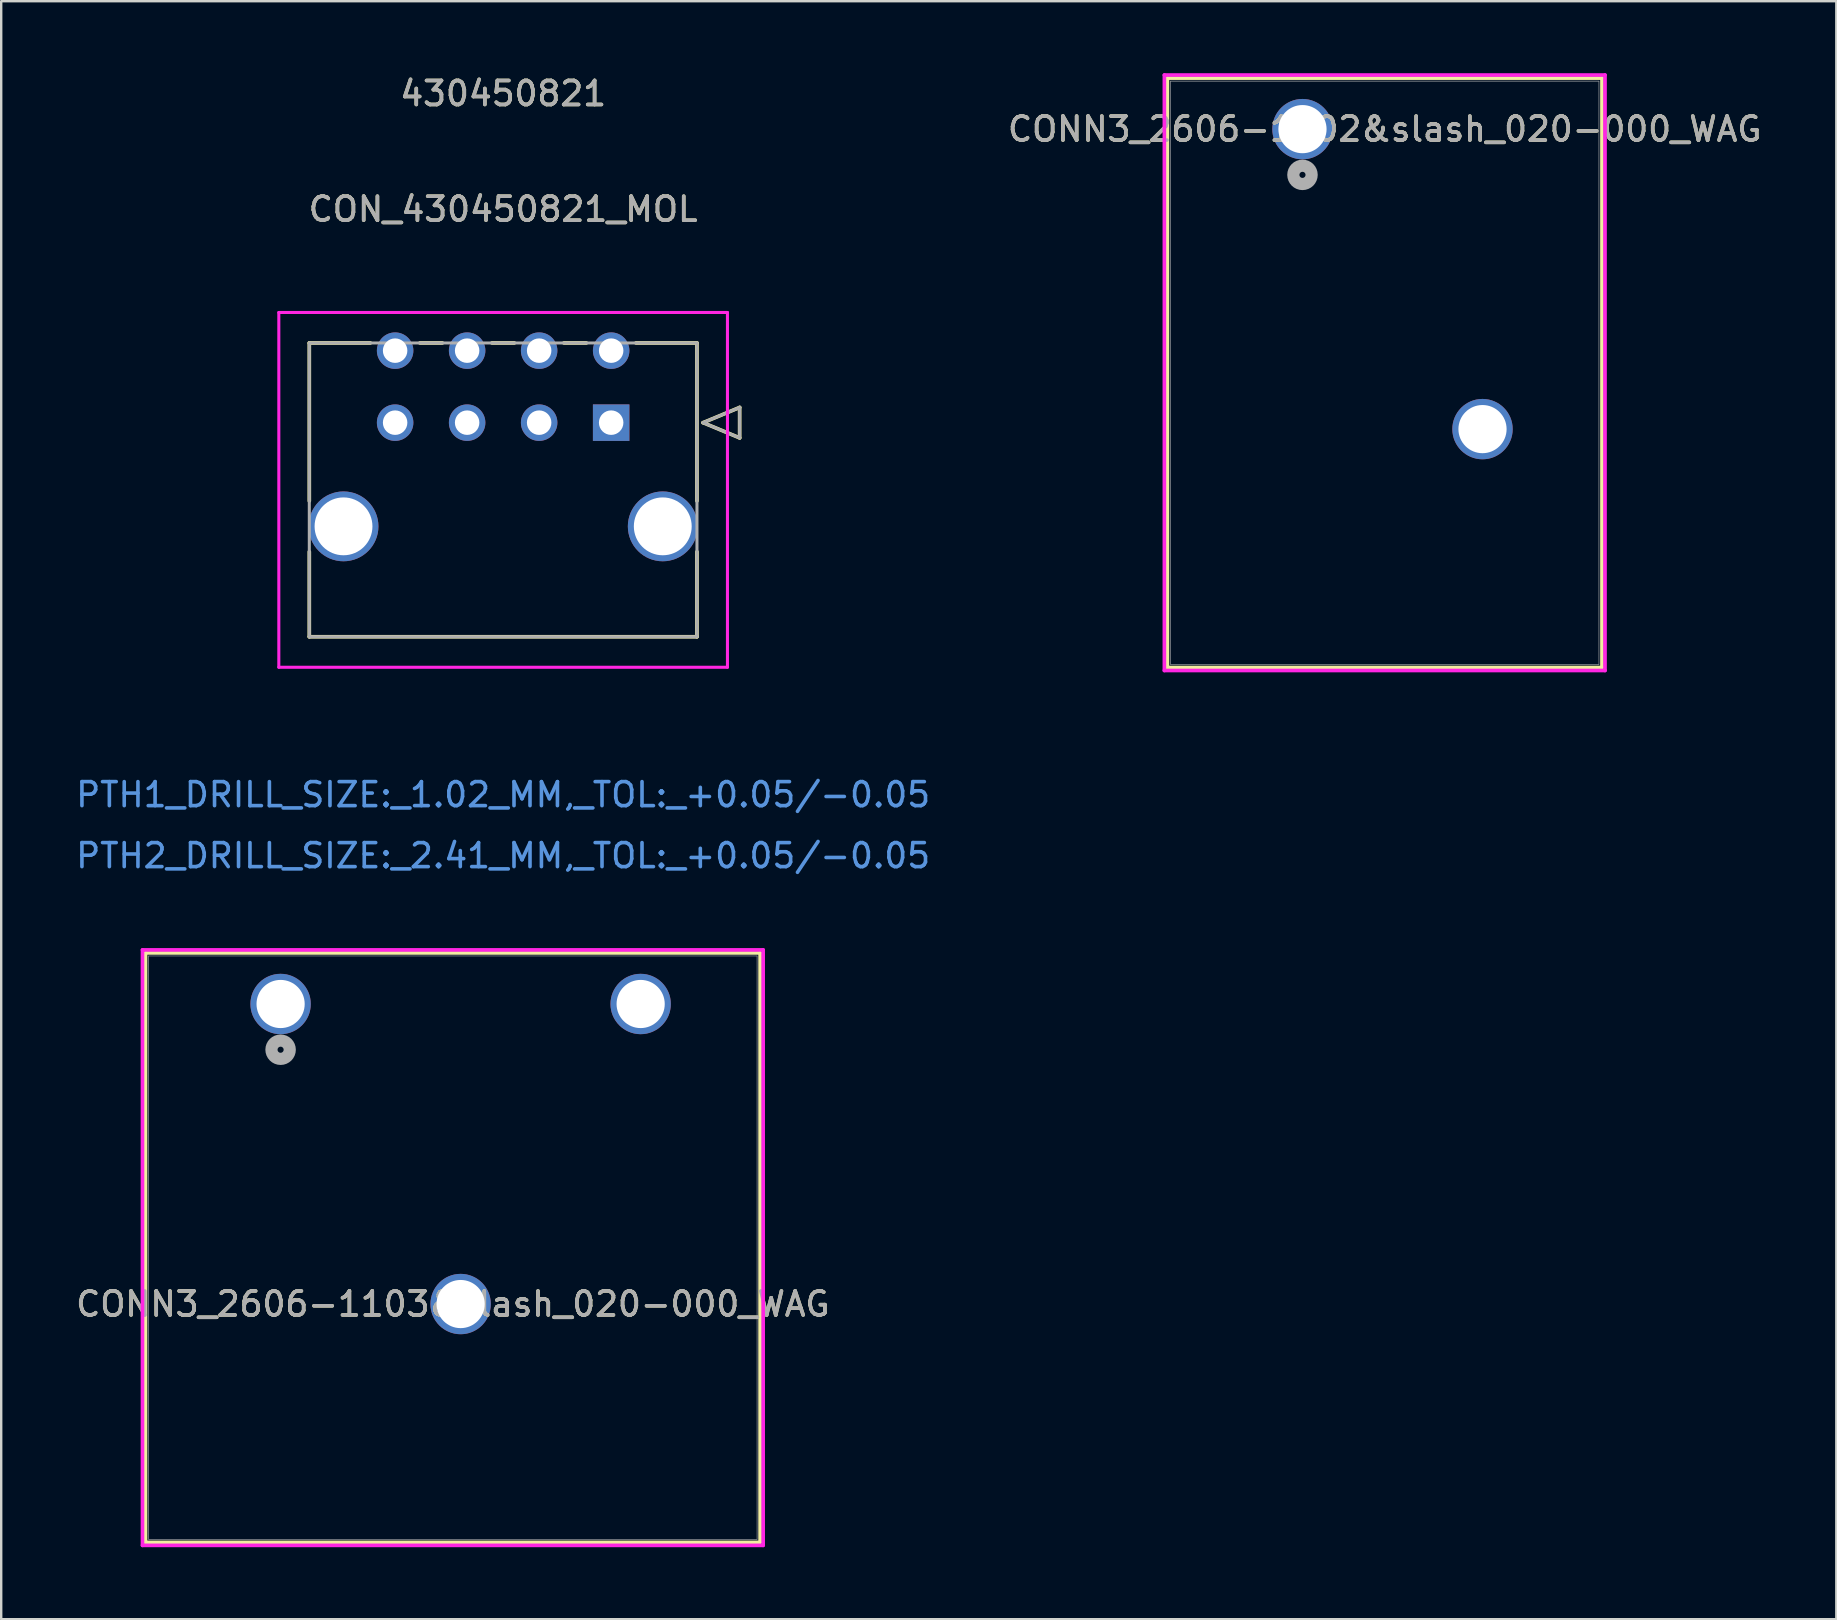
<source format=kicad_pcb>
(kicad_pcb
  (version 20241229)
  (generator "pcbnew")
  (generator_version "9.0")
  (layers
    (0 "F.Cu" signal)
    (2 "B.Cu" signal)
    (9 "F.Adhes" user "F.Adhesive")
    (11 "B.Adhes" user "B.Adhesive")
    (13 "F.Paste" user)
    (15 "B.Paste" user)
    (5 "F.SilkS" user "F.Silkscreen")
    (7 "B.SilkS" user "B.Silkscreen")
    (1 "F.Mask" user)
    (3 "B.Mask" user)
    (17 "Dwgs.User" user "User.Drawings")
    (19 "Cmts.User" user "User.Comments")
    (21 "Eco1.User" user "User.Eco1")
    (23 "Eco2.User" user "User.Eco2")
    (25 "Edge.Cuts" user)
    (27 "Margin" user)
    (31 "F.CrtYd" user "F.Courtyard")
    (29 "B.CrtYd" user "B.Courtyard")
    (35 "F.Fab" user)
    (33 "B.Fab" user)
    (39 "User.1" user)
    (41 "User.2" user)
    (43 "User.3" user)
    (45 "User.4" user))
  (footprint "CONN3_2606-1103&slash_020-000_WAG"
    (layer "F.Cu")
    (at 8.64 38.777)
    (property "Reference" "CONN3_2606-1103&slash_020-000_WAG" (at 7.175 12.5 0) (unlocked yes) (layer "F.SilkS") (effects (font (size 1 1) (thickness 0.15))))
    (attr through_hole)
    (fp_line (start -5.627 -2.127) (end -5.627 22.427) (stroke (width 0.152) (type solid)) (layer "F.SilkS"))
    (fp_line (start -5.627 22.427) (end 19.977 22.427) (stroke (width 0.152) (type solid)) (layer "F.SilkS"))
    (fp_line (start 19.977 -2.127) (end -5.627 -2.127) (stroke (width 0.152) (type solid)) (layer "F.SilkS"))
    (fp_line (start 19.977 22.427) (end 19.977 -2.127) (stroke (width 0.152) (type solid)) (layer "F.SilkS"))
    (fp_line (start -5.754 -2.254) (end -5.754 22.554) (stroke (width 0.152) (type solid)) (layer "F.CrtYd"))
    (fp_line (start -5.754 22.554) (end 20.104 22.554) (stroke (width 0.152) (type solid)) (layer "F.CrtYd"))
    (fp_line (start 20.104 -2.254) (end -5.754 -2.254) (stroke (width 0.152) (type solid)) (layer "F.CrtYd"))
    (fp_line (start 20.104 22.554) (end 20.104 -2.254) (stroke (width 0.152) (type solid)) (layer "F.CrtYd"))
    (fp_line (start -5.5 -2) (end -5.5 22.3) (stroke (width 0.025) (type solid)) (layer "F.Fab"))
    (fp_line (start -5.5 22.3) (end 19.85 22.3) (stroke (width 0.025) (type solid)) (layer "F.Fab"))
    (fp_line (start 19.85 -2) (end -5.5 -2) (stroke (width 0.025) (type solid)) (layer "F.Fab"))
    (fp_line (start 19.85 22.3) (end 19.85 -2) (stroke (width 0.025) (type solid)) (layer "F.Fab"))
    (fp_circle (center 0 1.905) (end 0.381 1.905) (stroke (width 0.508) (type solid)) (fill no) (layer "F.Fab"))
    (fp_text user "${REFERENCE}" (at 7.175 12.5 0) (unlocked yes) (layer "F.Fab") (effects (font (size 1 1) (thickness 0.15))))
    (pad "1" thru_hole circle (at 0 0) (size 2.515 2.515) (drill 2.007) (layers "*.Cu" "*.Mask"))
    (pad "2" thru_hole circle (at 7.5 12.5) (size 2.515 2.515) (drill 2.007) (layers "*.Cu" "*.Mask"))
    (pad "3" thru_hole circle (at 15 0) (size 2.515 2.515) (drill 2.007) (layers "*.Cu" "*.Mask")))
  (footprint "CONN3_2606-1102&slash_020-000_WAG"
    (layer "F.Cu")
    (at 51.212 2.33)
    (property "Reference" "CONN3_2606-1102&slash_020-000_WAG" (at 3.425 0 0) (unlocked yes) (layer "F.SilkS") (effects (font (size 1 1) (thickness 0.15))))
    (attr through_hole)
    (fp_line (start -5.627 -2.127) (end -5.627 22.427) (stroke (width 0.152) (type solid)) (layer "F.SilkS"))
    (fp_line (start -5.627 22.427) (end 12.477 22.427) (stroke (width 0.152) (type solid)) (layer "F.SilkS"))
    (fp_line (start 12.477 -2.127) (end -5.627 -2.127) (stroke (width 0.152) (type solid)) (layer "F.SilkS"))
    (fp_line (start 12.477 22.427) (end 12.477 -2.127) (stroke (width 0.152) (type solid)) (layer "F.SilkS"))
    (fp_line (start -5.754 -2.254) (end -5.754 22.554) (stroke (width 0.152) (type solid)) (layer "F.CrtYd"))
    (fp_line (start -5.754 22.554) (end 12.604 22.554) (stroke (width 0.152) (type solid)) (layer "F.CrtYd"))
    (fp_line (start 12.604 -2.254) (end -5.754 -2.254) (stroke (width 0.152) (type solid)) (layer "F.CrtYd"))
    (fp_line (start 12.604 22.554) (end 12.604 -2.254) (stroke (width 0.152) (type solid)) (layer "F.CrtYd"))
    (fp_line (start -5.5 -2) (end -5.5 22.3) (stroke (width 0.025) (type solid)) (layer "F.Fab"))
    (fp_line (start -5.5 22.3) (end 12.35 22.3) (stroke (width 0.025) (type solid)) (layer "F.Fab"))
    (fp_line (start 12.35 -2) (end -5.5 -2) (stroke (width 0.025) (type solid)) (layer "F.Fab"))
    (fp_line (start 12.35 22.3) (end 12.35 -2) (stroke (width 0.025) (type solid)) (layer "F.Fab"))
    (fp_circle (center 0 1.905) (end 0.381 1.905) (stroke (width 0.508) (type solid)) (fill no) (layer "F.Fab"))
    (fp_text user "${REFERENCE}" (at 3.425 0 0) (unlocked yes) (layer "F.Fab") (effects (font (size 1 1) (thickness 0.15))))
    (pad "1" thru_hole circle (at 0 0) (size 2.515 2.515) (drill 2.007) (layers "*.Cu" "*.Mask"))
    (pad "2" thru_hole circle (at 7.5 12.497) (size 2.515 2.515) (drill 2.007) (layers "*.Cu" "*.Mask")))
  (footprint "CON_430450821_MOL"
    (layer "F.Cu")
    (at 22.411 14.558)
    (property "Reference" "CON_430450821_MOL" (at -4.5 -8.89 0) (unlocked yes) (layer "F.SilkS") (effects (font (size 1 1) (thickness 0.15))))
    (attr through_hole)
    (fp_line (start -12.575 -3.32) (end -12.575 3.262) (stroke (width 0.152) (type solid)) (layer "F.SilkS"))
    (fp_line (start -12.575 5.378) (end -12.575 8.92) (stroke (width 0.152) (type solid)) (layer "F.SilkS"))
    (fp_line (start -12.575 8.92) (end 3.575 8.92) (stroke (width 0.152) (type solid)) (layer "F.SilkS"))
    (fp_line (start -10.032 -3.32) (end -12.575 -3.32) (stroke (width 0.152) (type solid)) (layer "F.SilkS"))
    (fp_line (start -7.032 -3.32) (end -7.968 -3.32) (stroke (width 0.152) (type solid)) (layer "F.SilkS"))
    (fp_line (start -4.032 -3.32) (end -4.968 -3.32) (stroke (width 0.152) (type solid)) (layer "F.SilkS"))
    (fp_line (start -1.032 -3.32) (end -1.968 -3.32) (stroke (width 0.152) (type solid)) (layer "F.SilkS"))
    (fp_line (start 3.575 -3.32) (end 1.032 -3.32) (stroke (width 0.152) (type solid)) (layer "F.SilkS"))
    (fp_line (start 3.575 3.262) (end 3.575 -3.32) (stroke (width 0.152) (type solid)) (layer "F.SilkS"))
    (fp_line (start 3.575 8.92) (end 3.575 5.378) (stroke (width 0.152) (type solid)) (layer "F.SilkS"))
    (fp_line (start 3.829 0) (end 5.353 -0.635) (stroke (width 0.152) (type solid)) (layer "F.SilkS"))
    (fp_line (start 5.353 -0.635) (end 5.353 0.635) (stroke (width 0.152) (type solid)) (layer "F.SilkS"))
    (fp_line (start 5.353 0.635) (end 3.829 0) (stroke (width 0.152) (type solid)) (layer "F.SilkS"))
    (fp_line (start -13.845 -4.59) (end -13.845 10.19) (stroke (width 0.127) (type solid)) (layer "F.CrtYd"))
    (fp_line (start -13.845 10.19) (end 4.845 10.19) (stroke (width 0.127) (type solid)) (layer "F.CrtYd"))
    (fp_line (start 4.845 -4.59) (end -13.845 -4.59) (stroke (width 0.127) (type solid)) (layer "F.CrtYd"))
    (fp_line (start 4.845 10.19) (end 4.845 -4.59) (stroke (width 0.127) (type solid)) (layer "F.CrtYd"))
    (fp_line (start -12.575 -3.32) (end -12.575 8.92) (stroke (width 0.127) (type solid)) (layer "F.Fab"))
    (fp_line (start -12.575 8.92) (end 3.575 8.92) (stroke (width 0.127) (type solid)) (layer "F.Fab"))
    (fp_line (start 3.575 -3.32) (end -12.575 -3.32) (stroke (width 0.127) (type solid)) (layer "F.Fab"))
    (fp_line (start 3.575 8.92) (end 3.575 -3.32) (stroke (width 0.127) (type solid)) (layer "F.Fab"))
    (fp_line (start 3.829 0) (end 5.353 -0.635) (stroke (width 0.127) (type solid)) (layer "F.Fab"))
    (fp_line (start 5.353 -0.635) (end 5.353 0.635) (stroke (width 0.127) (type solid)) (layer "F.Fab"))
    (fp_line (start 5.353 0.635) (end 3.829 0) (stroke (width 0.127) (type solid)) (layer "F.Fab"))
    (fp_text user "430450821" (at -4.5 -13.71 0) (unlocked yes) (layer "F.SilkS") (effects (font (size 1 1) (thickness 0.15))))
    (fp_text user "PTH2_DRILL_SIZE:_2.41_MM,_TOL:_+0.05/-0.05" (at -4.5 18.04 0) (unlocked yes) (layer "Cmts.User") (effects (font (size 1 1) (thickness 0.15))))
    (fp_text user "PTH1_DRILL_SIZE:_1.02_MM,_TOL:_+0.05/-0.05" (at -4.5 15.5 0) (unlocked yes) (layer "Cmts.User") (effects (font (size 1 1) (thickness 0.15))))
    (fp_text user "430450821" (at -4.5 -13.71 0) (unlocked yes) (layer "F.Fab") (effects (font (size 1 1) (thickness 0.15))))
    (fp_text user "${REFERENCE}" (at -4.5 -8.89 0) (unlocked yes) (layer "F.Fab") (effects (font (size 1 1) (thickness 0.15))))
    (pad "1" thru_hole rect (at 0 0) (size 1.52 1.52) (drill 1.02) (layers "*.Cu" "*.Mask"))
    (pad "2" thru_hole circle (at -3 0) (size 1.52 1.52) (drill 1.02) (layers "*.Cu" "*.Mask"))
    (pad "3" thru_hole circle (at -6 0) (size 1.52 1.52) (drill 1.02) (layers "*.Cu" "*.Mask"))
    (pad "4" thru_hole circle (at -9 0) (size 1.52 1.52) (drill 1.02) (layers "*.Cu" "*.Mask"))
    (pad "5" thru_hole circle (at 0 -3) (size 1.52 1.52) (drill 1.02) (layers "*.Cu" "*.Mask"))
    (pad "6" thru_hole circle (at -3 -3) (size 1.52 1.52) (drill 1.02) (layers "*.Cu" "*.Mask"))
    (pad "7" thru_hole circle (at -6 -3) (size 1.52 1.52) (drill 1.02) (layers "*.Cu" "*.Mask"))
    (pad "8" thru_hole circle (at -9 -3) (size 1.52 1.52) (drill 1.02) (layers "*.Cu" "*.Mask"))
    (pad "P1" thru_hole circle (at 2.15 4.32) (size 2.91 2.91) (drill 2.41) (layers "*.Cu" "*.Mask"))
    (pad "P2" thru_hole circle (at -11.15 4.32) (size 2.91 2.91) (drill 2.41) (layers "*.Cu" "*.Mask")))
  (gr_rect
    (start -3 -3)
    (end 73.452 64.407)
    (stroke (width 0.1) (type default))
    (fill no)
    (layer "Edge.Cuts")))
</source>
